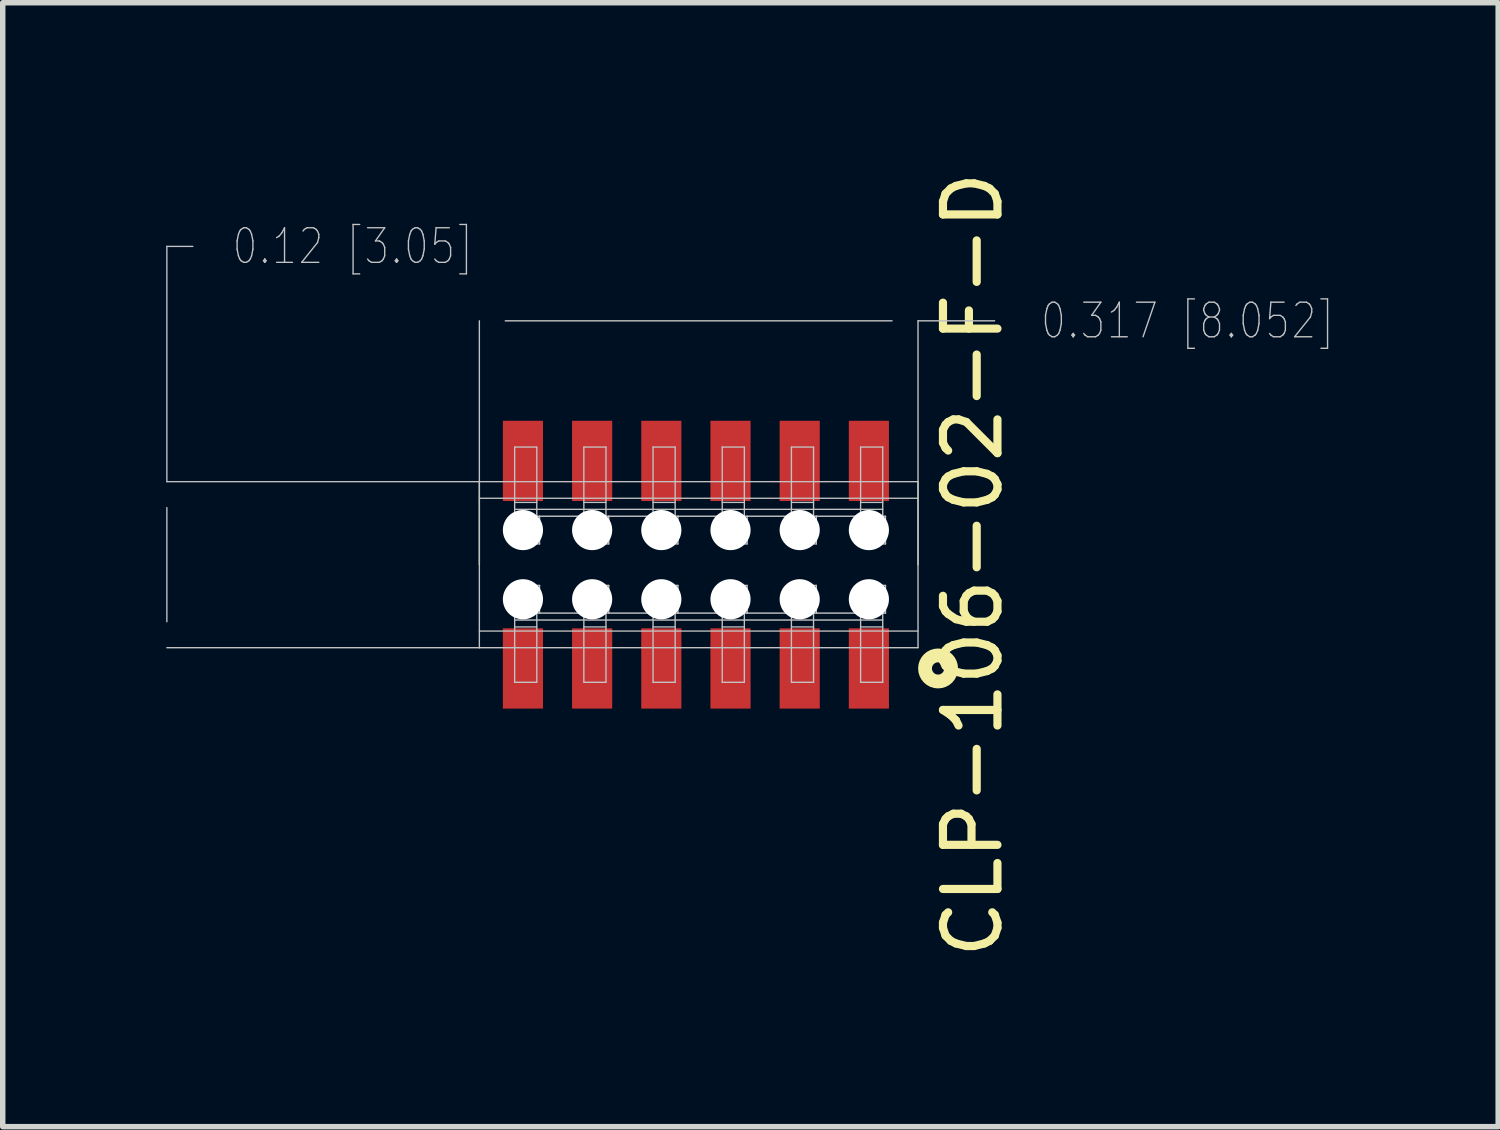
<source format=kicad_pcb>
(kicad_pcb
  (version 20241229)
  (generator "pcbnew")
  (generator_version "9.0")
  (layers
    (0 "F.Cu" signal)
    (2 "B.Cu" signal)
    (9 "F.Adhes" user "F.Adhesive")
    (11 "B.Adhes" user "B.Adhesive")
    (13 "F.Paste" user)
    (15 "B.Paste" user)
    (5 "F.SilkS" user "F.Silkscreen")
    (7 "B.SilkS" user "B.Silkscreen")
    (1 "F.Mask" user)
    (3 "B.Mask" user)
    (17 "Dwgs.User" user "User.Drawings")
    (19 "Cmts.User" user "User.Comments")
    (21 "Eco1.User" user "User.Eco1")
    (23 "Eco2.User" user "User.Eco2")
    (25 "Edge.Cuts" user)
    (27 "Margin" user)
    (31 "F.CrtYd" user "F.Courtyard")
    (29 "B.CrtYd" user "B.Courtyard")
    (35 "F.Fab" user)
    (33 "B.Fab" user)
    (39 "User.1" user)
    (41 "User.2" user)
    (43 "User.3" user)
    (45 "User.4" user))
  (footprint "CLP-106-02-F-D"
    (layer "F.Cu")
    (at 9.724 7.315)
    (property "Reference" "CLP-106-02-F-D" (at 5.08 0 90) (layer "F.SilkS") (effects (font (size 1 1) (thickness 0.15))))
    (attr smd)
    (fp_circle (center 4.445 1.905) (end 4.648 2.032) (stroke (width 0.254) (type solid)) (fill no) (layer "F.SilkS"))
    (fp_line (start -9.711 -5.842) (end -9.711 -1.524) (stroke (width 0.025) (type solid)) (layer "Dwgs.User"))
    (fp_line (start -9.711 1.048) (end -9.711 -1.048) (stroke (width 0.025) (type solid)) (layer "Dwgs.User"))
    (fp_line (start -9.235 -5.842) (end -9.711 -5.842) (stroke (width 0.025) (type solid)) (layer "Dwgs.User"))
    (fp_line (start -3.975 -1.524) (end -9.711 -1.524) (stroke (width 0.025) (type solid)) (layer "Dwgs.User"))
    (fp_line (start -3.975 -1.524) (end -3.975 1.524) (stroke (width 0.025) (type solid)) (layer "Dwgs.User"))
    (fp_line (start -3.975 0) (end -3.975 -4.476) (stroke (width 0.025) (type solid)) (layer "Dwgs.User"))
    (fp_line (start -3.975 1.524) (end -9.711 1.524) (stroke (width 0.025) (type solid)) (layer "Dwgs.User"))
    (fp_line (start -3.975 1.524) (end 4.077 1.524) (stroke (width 0.025) (type solid)) (layer "Dwgs.User"))
    (fp_line (start -3.499 -4.476) (end 3.6 -4.476) (stroke (width 0.025) (type solid)) (layer "Dwgs.User"))
    (fp_line (start -3.378 -0.889) (end -3.378 -0.381) (stroke (width 0.025) (type solid)) (layer "Dwgs.User"))
    (fp_line (start -3.378 -0.381) (end -2.87 -0.381) (stroke (width 0.025) (type solid)) (layer "Dwgs.User"))
    (fp_line (start -3.378 0.381) (end -3.378 0.889) (stroke (width 0.025) (type solid)) (layer "Dwgs.User"))
    (fp_line (start -3.378 0.889) (end -2.87 0.889) (stroke (width 0.025) (type solid)) (layer "Dwgs.User"))
    (fp_line (start -3.327 -2.159) (end -2.921 -2.159) (stroke (width 0.025) (type solid)) (layer "Dwgs.User"))
    (fp_line (start -3.327 -1.524) (end -3.327 -2.159) (stroke (width 0.025) (type solid)) (layer "Dwgs.User"))
    (fp_line (start -3.327 -1.143) (end -2.921 -1.143) (stroke (width 0.025) (type solid)) (layer "Dwgs.User"))
    (fp_line (start -3.327 -1.016) (end 3.429 -1.016) (stroke (width 0.025) (type solid)) (layer "Dwgs.User"))
    (fp_line (start -3.327 -0.889) (end -3.327 -1.524) (stroke (width 0.025) (type solid)) (layer "Dwgs.User"))
    (fp_line (start -3.327 0.889) (end -3.327 1.524) (stroke (width 0.025) (type solid)) (layer "Dwgs.User"))
    (fp_line (start -3.327 1.524) (end -3.327 2.159) (stroke (width 0.025) (type solid)) (layer "Dwgs.User"))
    (fp_line (start -2.921 -2.159) (end -2.921 -1.524) (stroke (width 0.025) (type solid)) (layer "Dwgs.User"))
    (fp_line (start -2.921 -1.524) (end -2.921 -0.889) (stroke (width 0.025) (type solid)) (layer "Dwgs.User"))
    (fp_line (start -2.921 0.889) (end -2.921 1.524) (stroke (width 0.025) (type solid)) (layer "Dwgs.User"))
    (fp_line (start -2.921 1.143) (end -3.327 1.143) (stroke (width 0.025) (type solid)) (layer "Dwgs.User"))
    (fp_line (start -2.921 1.524) (end -2.921 2.159) (stroke (width 0.025) (type solid)) (layer "Dwgs.User"))
    (fp_line (start -2.921 2.159) (end -3.327 2.159) (stroke (width 0.025) (type solid)) (layer "Dwgs.User"))
    (fp_line (start -2.87 -0.889) (end -3.378 -0.889) (stroke (width 0.025) (type solid)) (layer "Dwgs.User"))
    (fp_line (start -2.87 -0.889) (end -2.108 -0.889) (stroke (width 0.025) (type solid)) (layer "Dwgs.User"))
    (fp_line (start -2.87 -0.381) (end -2.87 -0.889) (stroke (width 0.025) (type solid)) (layer "Dwgs.User"))
    (fp_line (start -2.87 0.381) (end -3.378 0.381) (stroke (width 0.025) (type solid)) (layer "Dwgs.User"))
    (fp_line (start -2.87 0.889) (end -2.87 0.381) (stroke (width 0.025) (type solid)) (layer "Dwgs.User"))
    (fp_line (start -2.108 -0.889) (end -2.108 -0.381) (stroke (width 0.025) (type solid)) (layer "Dwgs.User"))
    (fp_line (start -2.108 -0.381) (end -1.6 -0.381) (stroke (width 0.025) (type solid)) (layer "Dwgs.User"))
    (fp_line (start -2.108 0.381) (end -2.108 0.889) (stroke (width 0.025) (type solid)) (layer "Dwgs.User"))
    (fp_line (start -2.108 0.889) (end -2.87 0.889) (stroke (width 0.025) (type solid)) (layer "Dwgs.User"))
    (fp_line (start -2.108 0.889) (end -1.6 0.889) (stroke (width 0.025) (type solid)) (layer "Dwgs.User"))
    (fp_line (start -2.057 -2.159) (end -1.651 -2.159) (stroke (width 0.025) (type solid)) (layer "Dwgs.User"))
    (fp_line (start -2.057 -1.524) (end -2.057 -2.159) (stroke (width 0.025) (type solid)) (layer "Dwgs.User"))
    (fp_line (start -2.057 -1.143) (end -1.651 -1.143) (stroke (width 0.025) (type solid)) (layer "Dwgs.User"))
    (fp_line (start -2.057 -0.889) (end -2.057 -1.524) (stroke (width 0.025) (type solid)) (layer "Dwgs.User"))
    (fp_line (start -2.057 1.524) (end -2.057 0.889) (stroke (width 0.025) (type solid)) (layer "Dwgs.User"))
    (fp_line (start -2.057 2.159) (end -2.057 1.524) (stroke (width 0.025) (type solid)) (layer "Dwgs.User"))
    (fp_line (start -1.651 -2.159) (end -1.651 -1.524) (stroke (width 0.025) (type solid)) (layer "Dwgs.User"))
    (fp_line (start -1.651 -1.524) (end -1.651 -0.889) (stroke (width 0.025) (type solid)) (layer "Dwgs.User"))
    (fp_line (start -1.651 0.889) (end -1.651 1.524) (stroke (width 0.025) (type solid)) (layer "Dwgs.User"))
    (fp_line (start -1.651 1.143) (end -2.057 1.143) (stroke (width 0.025) (type solid)) (layer "Dwgs.User"))
    (fp_line (start -1.651 1.524) (end -1.651 2.159) (stroke (width 0.025) (type solid)) (layer "Dwgs.User"))
    (fp_line (start -1.651 2.159) (end -2.057 2.159) (stroke (width 0.025) (type solid)) (layer "Dwgs.User"))
    (fp_line (start -1.6 -0.889) (end -2.108 -0.889) (stroke (width 0.025) (type solid)) (layer "Dwgs.User"))
    (fp_line (start -1.6 -0.889) (end -0.838 -0.889) (stroke (width 0.025) (type solid)) (layer "Dwgs.User"))
    (fp_line (start -1.6 -0.381) (end -1.6 -0.889) (stroke (width 0.025) (type solid)) (layer "Dwgs.User"))
    (fp_line (start -1.6 0.381) (end -2.108 0.381) (stroke (width 0.025) (type solid)) (layer "Dwgs.User"))
    (fp_line (start -1.6 0.889) (end -1.6 0.381) (stroke (width 0.025) (type solid)) (layer "Dwgs.User"))
    (fp_line (start -0.838 -0.889) (end -0.838 -0.381) (stroke (width 0.025) (type solid)) (layer "Dwgs.User"))
    (fp_line (start -0.838 -0.381) (end -0.33 -0.381) (stroke (width 0.025) (type solid)) (layer "Dwgs.User"))
    (fp_line (start -0.838 0.381) (end -0.838 0.889) (stroke (width 0.025) (type solid)) (layer "Dwgs.User"))
    (fp_line (start -0.838 0.889) (end -1.6 0.889) (stroke (width 0.025) (type solid)) (layer "Dwgs.User"))
    (fp_line (start -0.838 0.889) (end -0.33 0.889) (stroke (width 0.025) (type solid)) (layer "Dwgs.User"))
    (fp_line (start -0.787 -2.159) (end -0.381 -2.159) (stroke (width 0.025) (type solid)) (layer "Dwgs.User"))
    (fp_line (start -0.787 -1.524) (end -0.787 -2.159) (stroke (width 0.025) (type solid)) (layer "Dwgs.User"))
    (fp_line (start -0.787 -1.143) (end -0.381 -1.143) (stroke (width 0.025) (type solid)) (layer "Dwgs.User"))
    (fp_line (start -0.787 -0.889) (end -0.787 -1.524) (stroke (width 0.025) (type solid)) (layer "Dwgs.User"))
    (fp_line (start -0.787 1.524) (end -0.787 0.889) (stroke (width 0.025) (type solid)) (layer "Dwgs.User"))
    (fp_line (start -0.787 2.159) (end -0.787 1.524) (stroke (width 0.025) (type solid)) (layer "Dwgs.User"))
    (fp_line (start -0.381 -2.159) (end -0.381 -1.524) (stroke (width 0.025) (type solid)) (layer "Dwgs.User"))
    (fp_line (start -0.381 -1.524) (end -0.381 -0.889) (stroke (width 0.025) (type solid)) (layer "Dwgs.User"))
    (fp_line (start -0.381 0.889) (end -0.381 1.524) (stroke (width 0.025) (type solid)) (layer "Dwgs.User"))
    (fp_line (start -0.381 1.143) (end -0.787 1.143) (stroke (width 0.025) (type solid)) (layer "Dwgs.User"))
    (fp_line (start -0.381 1.524) (end -0.381 2.159) (stroke (width 0.025) (type solid)) (layer "Dwgs.User"))
    (fp_line (start -0.381 2.159) (end -0.787 2.159) (stroke (width 0.025) (type solid)) (layer "Dwgs.User"))
    (fp_line (start -0.33 -0.889) (end -0.838 -0.889) (stroke (width 0.025) (type solid)) (layer "Dwgs.User"))
    (fp_line (start -0.33 -0.889) (end 0.432 -0.889) (stroke (width 0.025) (type solid)) (layer "Dwgs.User"))
    (fp_line (start -0.33 -0.381) (end -0.33 -0.889) (stroke (width 0.025) (type solid)) (layer "Dwgs.User"))
    (fp_line (start -0.33 0.381) (end -0.838 0.381) (stroke (width 0.025) (type solid)) (layer "Dwgs.User"))
    (fp_line (start -0.33 0.889) (end -0.33 0.381) (stroke (width 0.025) (type solid)) (layer "Dwgs.User"))
    (fp_line (start 0.432 -0.889) (end 0.432 -0.381) (stroke (width 0.025) (type solid)) (layer "Dwgs.User"))
    (fp_line (start 0.432 -0.381) (end 0.94 -0.381) (stroke (width 0.025) (type solid)) (layer "Dwgs.User"))
    (fp_line (start 0.432 0.381) (end 0.432 0.889) (stroke (width 0.025) (type solid)) (layer "Dwgs.User"))
    (fp_line (start 0.432 0.889) (end -0.33 0.889) (stroke (width 0.025) (type solid)) (layer "Dwgs.User"))
    (fp_line (start 0.432 0.889) (end 0.94 0.889) (stroke (width 0.025) (type solid)) (layer "Dwgs.User"))
    (fp_line (start 0.483 -2.159) (end 0.889 -2.159) (stroke (width 0.025) (type solid)) (layer "Dwgs.User"))
    (fp_line (start 0.483 -1.524) (end 0.483 -2.159) (stroke (width 0.025) (type solid)) (layer "Dwgs.User"))
    (fp_line (start 0.483 -1.143) (end 0.889 -1.143) (stroke (width 0.025) (type solid)) (layer "Dwgs.User"))
    (fp_line (start 0.483 -0.889) (end 0.483 -1.524) (stroke (width 0.025) (type solid)) (layer "Dwgs.User"))
    (fp_line (start 0.483 1.524) (end 0.483 0.889) (stroke (width 0.025) (type solid)) (layer "Dwgs.User"))
    (fp_line (start 0.483 2.159) (end 0.483 1.524) (stroke (width 0.025) (type solid)) (layer "Dwgs.User"))
    (fp_line (start 0.889 -2.159) (end 0.889 -1.524) (stroke (width 0.025) (type solid)) (layer "Dwgs.User"))
    (fp_line (start 0.889 -1.524) (end 0.889 -0.889) (stroke (width 0.025) (type solid)) (layer "Dwgs.User"))
    (fp_line (start 0.889 0.889) (end 0.889 1.524) (stroke (width 0.025) (type solid)) (layer "Dwgs.User"))
    (fp_line (start 0.889 1.143) (end 0.483 1.143) (stroke (width 0.025) (type solid)) (layer "Dwgs.User"))
    (fp_line (start 0.889 1.524) (end 0.889 2.159) (stroke (width 0.025) (type solid)) (layer "Dwgs.User"))
    (fp_line (start 0.889 2.159) (end 0.483 2.159) (stroke (width 0.025) (type solid)) (layer "Dwgs.User"))
    (fp_line (start 0.94 -0.889) (end 0.432 -0.889) (stroke (width 0.025) (type solid)) (layer "Dwgs.User"))
    (fp_line (start 0.94 -0.889) (end 1.702 -0.889) (stroke (width 0.025) (type solid)) (layer "Dwgs.User"))
    (fp_line (start 0.94 -0.381) (end 0.94 -0.889) (stroke (width 0.025) (type solid)) (layer "Dwgs.User"))
    (fp_line (start 0.94 0.381) (end 0.432 0.381) (stroke (width 0.025) (type solid)) (layer "Dwgs.User"))
    (fp_line (start 0.94 0.889) (end 0.94 0.381) (stroke (width 0.025) (type solid)) (layer "Dwgs.User"))
    (fp_line (start 1.702 -0.889) (end 1.702 -0.381) (stroke (width 0.025) (type solid)) (layer "Dwgs.User"))
    (fp_line (start 1.702 -0.381) (end 2.21 -0.381) (stroke (width 0.025) (type solid)) (layer "Dwgs.User"))
    (fp_line (start 1.702 0.381) (end 1.702 0.889) (stroke (width 0.025) (type solid)) (layer "Dwgs.User"))
    (fp_line (start 1.702 0.889) (end 0.94 0.889) (stroke (width 0.025) (type solid)) (layer "Dwgs.User"))
    (fp_line (start 1.702 0.889) (end 2.21 0.889) (stroke (width 0.025) (type solid)) (layer "Dwgs.User"))
    (fp_line (start 1.753 -2.159) (end 2.159 -2.159) (stroke (width 0.025) (type solid)) (layer "Dwgs.User"))
    (fp_line (start 1.753 -1.524) (end 1.753 -2.159) (stroke (width 0.025) (type solid)) (layer "Dwgs.User"))
    (fp_line (start 1.753 -1.143) (end 2.159 -1.143) (stroke (width 0.025) (type solid)) (layer "Dwgs.User"))
    (fp_line (start 1.753 -0.889) (end 1.753 -1.524) (stroke (width 0.025) (type solid)) (layer "Dwgs.User"))
    (fp_line (start 1.753 1.524) (end 1.753 0.889) (stroke (width 0.025) (type solid)) (layer "Dwgs.User"))
    (fp_line (start 1.753 2.159) (end 1.753 1.524) (stroke (width 0.025) (type solid)) (layer "Dwgs.User"))
    (fp_line (start 2.159 -2.159) (end 2.159 -1.524) (stroke (width 0.025) (type solid)) (layer "Dwgs.User"))
    (fp_line (start 2.159 -1.524) (end 2.159 -0.889) (stroke (width 0.025) (type solid)) (layer "Dwgs.User"))
    (fp_line (start 2.159 0.889) (end 2.159 1.524) (stroke (width 0.025) (type solid)) (layer "Dwgs.User"))
    (fp_line (start 2.159 1.143) (end 1.753 1.143) (stroke (width 0.025) (type solid)) (layer "Dwgs.User"))
    (fp_line (start 2.159 1.524) (end 2.159 2.159) (stroke (width 0.025) (type solid)) (layer "Dwgs.User"))
    (fp_line (start 2.159 2.159) (end 1.753 2.159) (stroke (width 0.025) (type solid)) (layer "Dwgs.User"))
    (fp_line (start 2.21 -0.889) (end 1.702 -0.889) (stroke (width 0.025) (type solid)) (layer "Dwgs.User"))
    (fp_line (start 2.21 -0.889) (end 2.972 -0.889) (stroke (width 0.025) (type solid)) (layer "Dwgs.User"))
    (fp_line (start 2.21 -0.381) (end 2.21 -0.889) (stroke (width 0.025) (type solid)) (layer "Dwgs.User"))
    (fp_line (start 2.21 0.381) (end 1.702 0.381) (stroke (width 0.025) (type solid)) (layer "Dwgs.User"))
    (fp_line (start 2.21 0.889) (end 2.21 0.381) (stroke (width 0.025) (type solid)) (layer "Dwgs.User"))
    (fp_line (start 2.972 -0.889) (end 2.972 -0.381) (stroke (width 0.025) (type solid)) (layer "Dwgs.User"))
    (fp_line (start 2.972 -0.381) (end 3.48 -0.381) (stroke (width 0.025) (type solid)) (layer "Dwgs.User"))
    (fp_line (start 2.972 0.381) (end 2.972 0.889) (stroke (width 0.025) (type solid)) (layer "Dwgs.User"))
    (fp_line (start 2.972 0.889) (end 2.21 0.889) (stroke (width 0.025) (type solid)) (layer "Dwgs.User"))
    (fp_line (start 2.972 0.889) (end 3.48 0.889) (stroke (width 0.025) (type solid)) (layer "Dwgs.User"))
    (fp_line (start 3.023 -2.159) (end 3.429 -2.159) (stroke (width 0.025) (type solid)) (layer "Dwgs.User"))
    (fp_line (start 3.023 -1.524) (end 3.023 -2.159) (stroke (width 0.025) (type solid)) (layer "Dwgs.User"))
    (fp_line (start 3.023 -1.143) (end 3.429 -1.143) (stroke (width 0.025) (type solid)) (layer "Dwgs.User"))
    (fp_line (start 3.023 -0.889) (end 3.023 -1.524) (stroke (width 0.025) (type solid)) (layer "Dwgs.User"))
    (fp_line (start 3.023 1.524) (end 3.023 0.889) (stroke (width 0.025) (type solid)) (layer "Dwgs.User"))
    (fp_line (start 3.023 2.159) (end 3.023 1.524) (stroke (width 0.025) (type solid)) (layer "Dwgs.User"))
    (fp_line (start 3.429 -1.524) (end 3.429 -2.159) (stroke (width 0.025) (type solid)) (layer "Dwgs.User"))
    (fp_line (start 3.429 -0.889) (end 3.429 -1.524) (stroke (width 0.025) (type solid)) (layer "Dwgs.User"))
    (fp_line (start 3.429 0.889) (end 3.429 1.524) (stroke (width 0.025) (type solid)) (layer "Dwgs.User"))
    (fp_line (start 3.429 1.016) (end -3.327 1.016) (stroke (width 0.025) (type solid)) (layer "Dwgs.User"))
    (fp_line (start 3.429 1.143) (end 3.023 1.143) (stroke (width 0.025) (type solid)) (layer "Dwgs.User"))
    (fp_line (start 3.429 1.524) (end 3.429 2.159) (stroke (width 0.025) (type solid)) (layer "Dwgs.User"))
    (fp_line (start 3.429 2.159) (end 3.023 2.159) (stroke (width 0.025) (type solid)) (layer "Dwgs.User"))
    (fp_line (start 3.48 -0.889) (end 2.972 -0.889) (stroke (width 0.025) (type solid)) (layer "Dwgs.User"))
    (fp_line (start 3.48 -0.381) (end 3.48 -0.889) (stroke (width 0.025) (type solid)) (layer "Dwgs.User"))
    (fp_line (start 3.48 0.381) (end 2.972 0.381) (stroke (width 0.025) (type solid)) (layer "Dwgs.User"))
    (fp_line (start 3.48 0.889) (end 3.48 0.381) (stroke (width 0.025) (type solid)) (layer "Dwgs.User"))
    (fp_line (start 4.077 -4.476) (end 5.483 -4.476) (stroke (width 0.025) (type solid)) (layer "Dwgs.User"))
    (fp_line (start 4.077 -1.524) (end -3.975 -1.524) (stroke (width 0.025) (type solid)) (layer "Dwgs.User"))
    (fp_line (start 4.077 -1.219) (end -3.975 -1.219) (stroke (width 0.025) (type solid)) (layer "Dwgs.User"))
    (fp_line (start 4.077 0) (end 4.077 -4.476) (stroke (width 0.025) (type solid)) (layer "Dwgs.User"))
    (fp_line (start 4.077 1.219) (end -3.975 1.219) (stroke (width 0.025) (type solid)) (layer "Dwgs.User"))
    (fp_line (start 4.077 1.524) (end 4.077 -1.524) (stroke (width 0.025) (type solid)) (layer "Dwgs.User"))
    (fp_text user "0.317 [8.052]" (at 9.03 -4.476 0) (layer "Dwgs.User") (effects (font (size 0.635 0.508) (thickness 0.025))))
    (fp_text user "0.12 [3.05]" (at -6.293 -5.842 0) (layer "Dwgs.User") (effects (font (size 0.635 0.508) (thickness 0.025))))
    (pad "" np_thru_hole circle (at -3.175 -0.635) (size 0.737 0.737) (drill 0.737) (layers "*.Cu" "*.Mask"))
    (pad "" np_thru_hole circle (at -3.175 0.635) (size 0.737 0.737) (drill 0.737) (layers "*.Cu" "*.Mask"))
    (pad "" np_thru_hole circle (at -1.905 -0.635) (size 0.737 0.737) (drill 0.737) (layers "*.Cu" "*.Mask"))
    (pad "" np_thru_hole circle (at -1.905 0.635) (size 0.737 0.737) (drill 0.737) (layers "*.Cu" "*.Mask"))
    (pad "" np_thru_hole circle (at -0.635 -0.635) (size 0.737 0.737) (drill 0.737) (layers "*.Cu" "*.Mask"))
    (pad "" np_thru_hole circle (at -0.635 0.635) (size 0.737 0.737) (drill 0.737) (layers "*.Cu" "*.Mask"))
    (pad "" np_thru_hole circle (at 0.635 -0.635) (size 0.737 0.737) (drill 0.737) (layers "*.Cu" "*.Mask"))
    (pad "" np_thru_hole circle (at 0.635 0.635) (size 0.737 0.737) (drill 0.737) (layers "*.Cu" "*.Mask"))
    (pad "" np_thru_hole circle (at 1.905 -0.635) (size 0.737 0.737) (drill 0.737) (layers "*.Cu" "*.Mask"))
    (pad "" np_thru_hole circle (at 1.905 0.635) (size 0.737 0.737) (drill 0.737) (layers "*.Cu" "*.Mask"))
    (pad "" np_thru_hole circle (at 3.175 -0.635) (size 0.737 0.737) (drill 0.737) (layers "*.Cu" "*.Mask"))
    (pad "" np_thru_hole circle (at 3.175 0.635) (size 0.737 0.737) (drill 0.737) (layers "*.Cu" "*.Mask"))
    (pad "1" connect rect (at 3.175 1.905 180) (size 0.737 1.473) (layers "F.Cu" "F.Mask"))
    (pad "2" connect rect (at 3.175 -1.905 180) (size 0.737 1.473) (layers "F.Cu" "F.Mask"))
    (pad "3" connect rect (at 1.905 1.905 180) (size 0.737 1.473) (layers "F.Cu" "F.Mask"))
    (pad "4" connect rect (at 1.905 -1.905 180) (size 0.737 1.473) (layers "F.Cu" "F.Mask"))
    (pad "5" connect rect (at 0.635 1.905 180) (size 0.737 1.473) (layers "F.Cu" "F.Mask"))
    (pad "6" connect rect (at 0.635 -1.905 180) (size 0.737 1.473) (layers "F.Cu" "F.Mask"))
    (pad "7" connect rect (at -0.635 1.905 180) (size 0.737 1.473) (layers "F.Cu" "F.Mask"))
    (pad "8" connect rect (at -0.635 -1.905 180) (size 0.737 1.473) (layers "F.Cu" "F.Mask"))
    (pad "9" connect rect (at -1.905 1.905 180) (size 0.737 1.473) (layers "F.Cu" "F.Mask"))
    (pad "10" connect rect (at -1.905 -1.905 180) (size 0.737 1.473) (layers "F.Cu" "F.Mask"))
    (pad "11" connect rect (at -3.175 1.905 180) (size 0.737 1.473) (layers "F.Cu" "F.Mask"))
    (pad "12" connect rect (at -3.175 -1.905 180) (size 0.737 1.473) (layers "F.Cu" "F.Mask")))
  (gr_rect
    (start -3 -3)
    (end 24.45 17.631)
    (stroke (width 0.1) (type default))
    (fill no)
    (layer "Edge.Cuts")))
</source>
